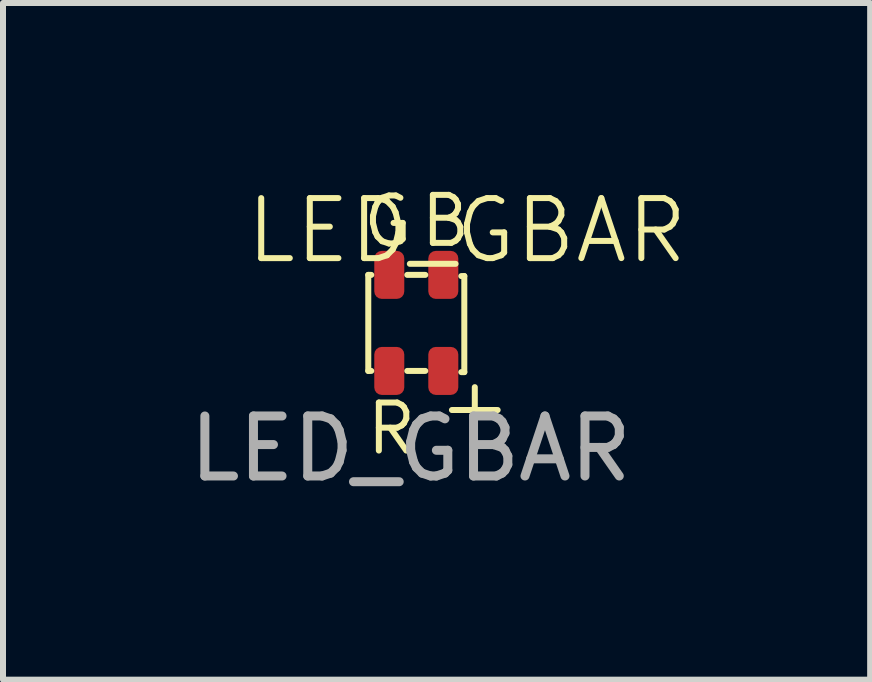
<source format=kicad_pcb>
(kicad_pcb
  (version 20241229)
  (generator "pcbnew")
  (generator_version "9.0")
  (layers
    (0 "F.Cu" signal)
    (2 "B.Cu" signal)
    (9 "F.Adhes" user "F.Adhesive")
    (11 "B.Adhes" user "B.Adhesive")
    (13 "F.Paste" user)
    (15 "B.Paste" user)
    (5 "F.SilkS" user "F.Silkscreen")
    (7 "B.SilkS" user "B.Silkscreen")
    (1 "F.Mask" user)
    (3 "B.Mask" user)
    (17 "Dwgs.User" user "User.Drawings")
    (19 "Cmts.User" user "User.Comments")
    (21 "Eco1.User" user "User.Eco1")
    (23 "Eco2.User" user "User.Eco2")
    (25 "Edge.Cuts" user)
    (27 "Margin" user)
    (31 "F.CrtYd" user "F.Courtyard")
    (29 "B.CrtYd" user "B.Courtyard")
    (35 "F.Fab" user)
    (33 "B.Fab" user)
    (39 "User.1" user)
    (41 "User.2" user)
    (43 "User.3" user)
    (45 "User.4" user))
  (footprint "LED_GBAR"
    (layer "F.Cu")
    (at 3.436 1.53)
    (property "Reference" "LED_GBAR" (at 1.295 -0.737 0) (unlocked yes) (layer "F.SilkS") (effects (font (size 1 1) (thickness 0.1))))
    (attr smd)
    (fp_line (start -0.35 1.6) (end -0.35 0) (stroke (width 0.1) (type default)) (layer "F.SilkS"))
    (fp_line (start -0.3 0) (end -0.35 0) (stroke (width 0.1) (type default)) (layer "F.SilkS"))
    (fp_line (start -0.3 1.6) (end -0.35 1.6) (stroke (width 0.1) (type default)) (layer "F.SilkS"))
    (fp_line (start 0.3 0) (end 0.6 0) (stroke (width 0.1) (type default)) (layer "F.SilkS"))
    (fp_line (start 0.3 1.6) (end 0.6 1.6) (stroke (width 0.1) (type default)) (layer "F.SilkS"))
    (fp_line (start 1.25 0.02) (end 1.2 0.02) (stroke (width 0.1) (type default)) (layer "F.SilkS"))
    (fp_line (start 1.25 1.62) (end 1.2 1.62) (stroke (width 0.1) (type default)) (layer "F.SilkS"))
    (fp_line (start 1.25 1.62) (end 1.25 0.02) (stroke (width 0.1) (type default)) (layer "F.SilkS"))
    (fp_text user "B" (at 0.47 -0.43 0) (unlocked yes) (layer "F.SilkS") (effects (font (size 0.8 0.8) (thickness 0.1)) (justify left bottom)))
    (fp_text user "G" (at -0.49 -0.42 0) (unlocked yes) (layer "F.SilkS") (effects (font (size 0.8 0.8) (thickness 0.1)) (justify left bottom)))
    (fp_text user "R" (at -0.43 3.03 0) (unlocked yes) (layer "F.SilkS") (effects (font (size 0.8 0.8) (thickness 0.1)) (justify left bottom)))
    (fp_text user "+" (at 0.74 2.76 0) (unlocked yes) (layer "F.SilkS") (effects (font (size 1 1) (thickness 0.1)) (justify left bottom)))
    (fp_text user "${REFERENCE}" (at 0.356 2.896 0) (unlocked yes) (layer "F.Fab") (effects (font (size 1 1) (thickness 0.15))))
    (pad "1" smd roundrect (at 0 0) (size 0.5 0.8) (layers "F.Cu" "F.Mask" "F.Paste") (roundrect_rratio 0.25))
    (pad "2" smd roundrect (at 0.9 0) (size 0.5 0.8) (layers "F.Cu" "F.Mask" "F.Paste") (roundrect_rratio 0.25))
    (pad "3" smd roundrect (at 0.9 1.6) (size 0.5 0.8) (layers "F.Cu" "F.Mask" "F.Paste") (roundrect_rratio 0.25))
    (pad "4" smd roundrect (at 0 1.6) (size 0.5 0.8) (layers "F.Cu" "F.Mask" "F.Paste") (roundrect_rratio 0.25)))
  (gr_rect
    (start -3 -3)
    (end 11.448 8.274)
    (stroke (width 0.1) (type default))
    (fill no)
    (layer "Edge.Cuts")))
</source>
